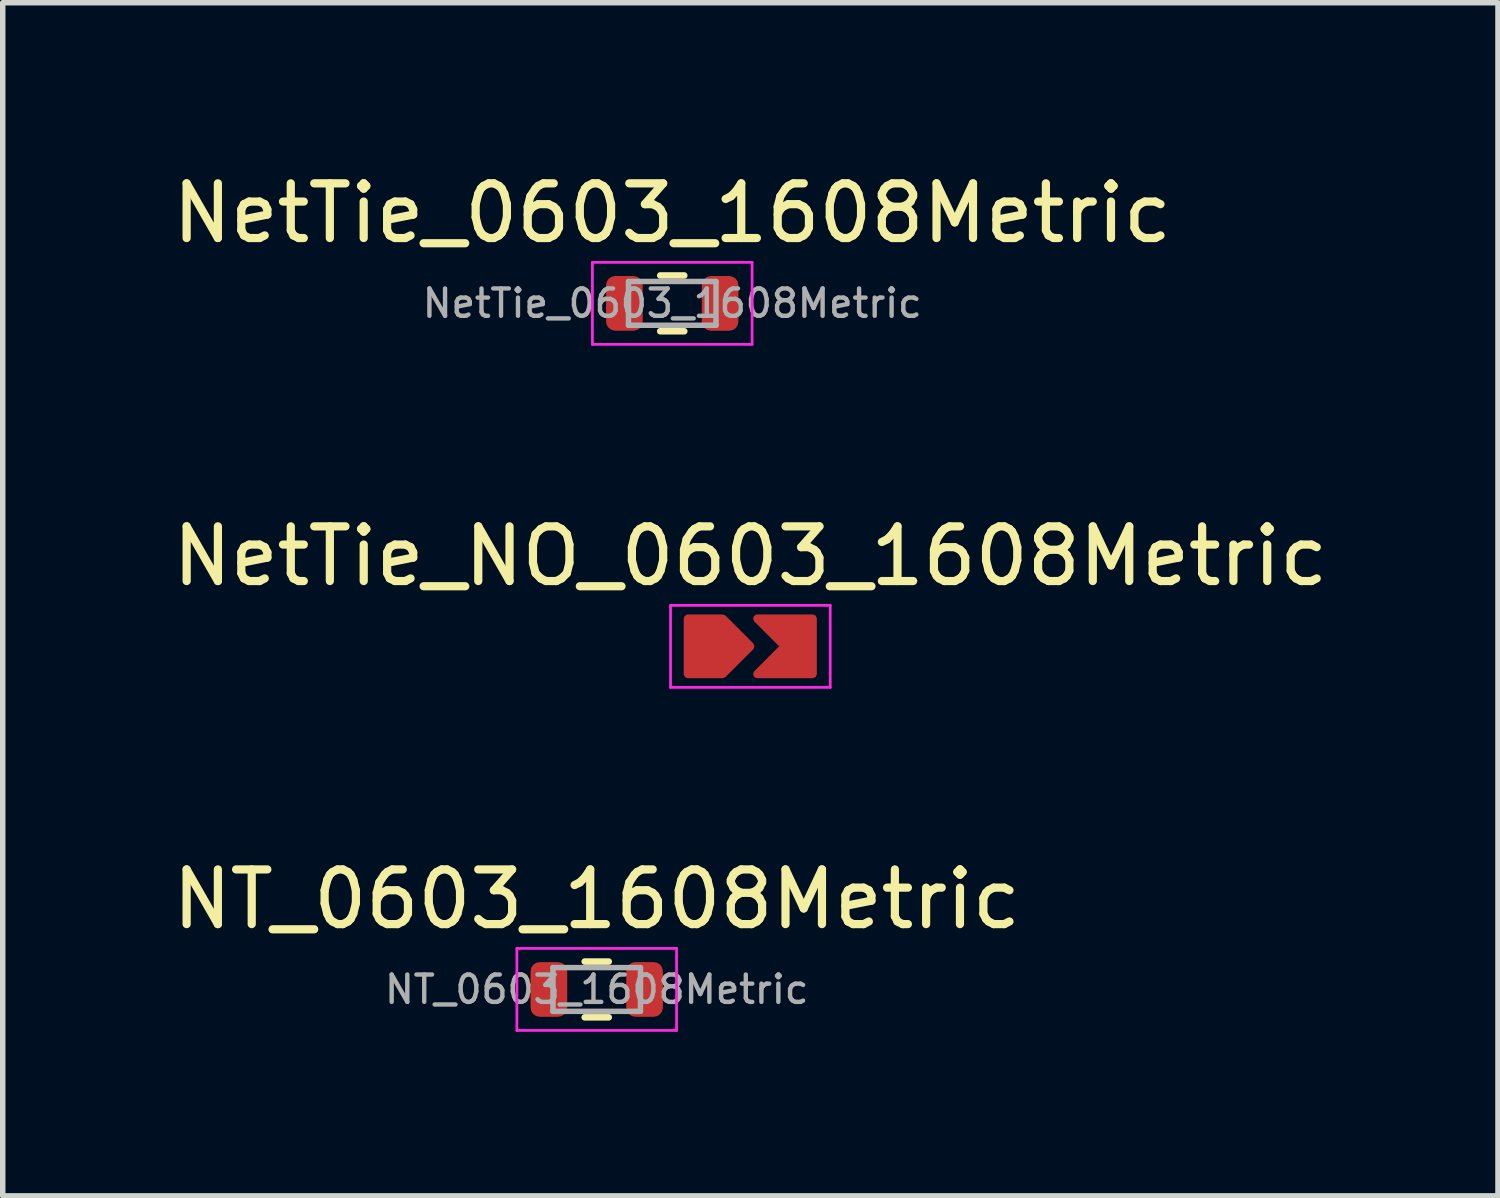
<source format=kicad_pcb>
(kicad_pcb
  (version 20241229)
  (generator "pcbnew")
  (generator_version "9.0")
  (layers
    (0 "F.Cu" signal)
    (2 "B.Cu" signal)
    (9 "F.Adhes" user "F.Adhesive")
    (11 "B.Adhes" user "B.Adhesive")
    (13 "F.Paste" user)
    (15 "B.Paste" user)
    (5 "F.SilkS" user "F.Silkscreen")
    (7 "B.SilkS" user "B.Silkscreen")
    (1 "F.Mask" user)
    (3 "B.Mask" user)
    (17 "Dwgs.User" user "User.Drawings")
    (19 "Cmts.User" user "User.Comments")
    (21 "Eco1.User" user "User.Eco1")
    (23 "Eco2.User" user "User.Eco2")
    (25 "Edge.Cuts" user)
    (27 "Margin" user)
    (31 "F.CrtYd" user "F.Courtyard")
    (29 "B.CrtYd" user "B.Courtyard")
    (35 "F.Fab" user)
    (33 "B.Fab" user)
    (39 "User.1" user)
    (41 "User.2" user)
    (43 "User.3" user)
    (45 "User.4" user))
  (footprint "NetTie_0603_1608Metric"
    (layer "F.Cu")
    (at 9.244 2.498)
    (property "Reference" "NetTie_0603_1608Metric" (at 0 -1.65 0) (layer "F.SilkS") (effects (font (size 1 1) (thickness 0.15))))
    (attr smd)
    (fp_line (start -0.22 -0.51) (end 0.22 -0.51) (stroke (width 0.12) (type solid)) (layer "F.SilkS"))
    (fp_line (start -0.22 0.51) (end 0.22 0.51) (stroke (width 0.12) (type solid)) (layer "F.SilkS"))
    (fp_line (start -1.46 -0.75) (end 1.46 -0.75) (stroke (width 0.05) (type solid)) (layer "F.CrtYd"))
    (fp_line (start -1.46 0.75) (end -1.46 -0.75) (stroke (width 0.05) (type solid)) (layer "F.CrtYd"))
    (fp_line (start 1.46 -0.75) (end 1.46 0.75) (stroke (width 0.05) (type solid)) (layer "F.CrtYd"))
    (fp_line (start 1.46 0.75) (end -1.46 0.75) (stroke (width 0.05) (type solid)) (layer "F.CrtYd"))
    (fp_line (start -0.8 -0.4) (end 0.8 -0.4) (stroke (width 0.1) (type solid)) (layer "F.Fab"))
    (fp_line (start -0.8 0.4) (end -0.8 -0.4) (stroke (width 0.1) (type solid)) (layer "F.Fab"))
    (fp_line (start 0.8 -0.4) (end 0.8 0.4) (stroke (width 0.1) (type solid)) (layer "F.Fab"))
    (fp_line (start 0.8 0.4) (end -0.8 0.4) (stroke (width 0.1) (type solid)) (layer "F.Fab"))
    (fp_text user "${REFERENCE}" (at 0 0 0) (layer "F.Fab") (effects (font (size 0.5 0.5) (thickness 0.08))))
    (pad "1" smd roundrect (at -0.875 0) (size 0.67 1) (layers "F.Cu" "F.Mask" "F.Paste") (roundrect_rratio 0.25))
    (pad "2" smd roundrect (at 0.875 0) (size 0.67 1) (layers "F.Cu" "F.Mask" "F.Paste") (roundrect_rratio 0.25)))
  (footprint "NT_0603_1608Metric"
    (layer "F.Cu")
    (at 7.863 15.045)
    (property "Reference" "NT_0603_1608Metric" (at 0 -1.65 0) (layer "F.SilkS") (effects (font (size 1 1) (thickness 0.15))))
    (attr smd)
    (fp_line (start -0.22 -0.51) (end 0.22 -0.51) (stroke (width 0.12) (type solid)) (layer "F.SilkS"))
    (fp_line (start -0.22 0.51) (end 0.22 0.51) (stroke (width 0.12) (type solid)) (layer "F.SilkS"))
    (fp_line (start -1.46 -0.75) (end 1.46 -0.75) (stroke (width 0.05) (type solid)) (layer "F.CrtYd"))
    (fp_line (start -1.46 0.75) (end -1.46 -0.75) (stroke (width 0.05) (type solid)) (layer "F.CrtYd"))
    (fp_line (start 1.46 -0.75) (end 1.46 0.75) (stroke (width 0.05) (type solid)) (layer "F.CrtYd"))
    (fp_line (start 1.46 0.75) (end -1.46 0.75) (stroke (width 0.05) (type solid)) (layer "F.CrtYd"))
    (fp_line (start -0.8 -0.4) (end 0.8 -0.4) (stroke (width 0.1) (type solid)) (layer "F.Fab"))
    (fp_line (start -0.8 0.4) (end -0.8 -0.4) (stroke (width 0.1) (type solid)) (layer "F.Fab"))
    (fp_line (start 0.8 -0.4) (end 0.8 0.4) (stroke (width 0.1) (type solid)) (layer "F.Fab"))
    (fp_line (start 0.8 0.4) (end -0.8 0.4) (stroke (width 0.1) (type solid)) (layer "F.Fab"))
    (fp_text user "${REFERENCE}" (at 0 0 0) (layer "F.Fab") (effects (font (size 0.5 0.5) (thickness 0.08))))
    (pad "1" smd roundrect (at -0.875 0) (size 0.67 1) (layers "F.Cu" "F.Mask" "F.Paste") (roundrect_rratio 0.25))
    (pad "2" smd roundrect (at 0.875 0) (size 0.67 1) (layers "F.Cu" "F.Mask" "F.Paste") (roundrect_rratio 0.25)))
  (footprint "NetTie_NO_0603_1608Metric"
    (layer "F.Cu")
    (at 10.673 8.771)
    (property "Reference" "NetTie_NO_0603_1608Metric" (at 0 -1.65 0) (layer "F.SilkS") (effects (font (size 1 1) (thickness 0.15))))
    (attr smd)
    (fp_line (start -1.46 -0.75) (end 1.46 -0.75) (stroke (width 0.05) (type solid)) (layer "F.CrtYd"))
    (fp_line (start -1.46 0.75) (end -1.46 -0.75) (stroke (width 0.05) (type solid)) (layer "F.CrtYd"))
    (fp_line (start 1.46 -0.75) (end 1.46 0.75) (stroke (width 0.05) (type solid)) (layer "F.CrtYd"))
    (fp_line (start 1.46 0.75) (end -1.46 0.75) (stroke (width 0.05) (type solid)) (layer "F.CrtYd"))
    (pad "1" smd custom (at -0.572 0.064) (size 0.2 0.2) (layers "F.Cu" "F.Mask" "F.Paste") (options (anchor circle)) (primitives (gr_poly (pts (xy -0.572 -0.573) (xy 0.064 -0.573) (xy 0.572 -0.065) (xy 0.064 0.443) (xy -0.572 0.443)) (width 0.15) (fill yes))))
    (pad "2" smd custom (at 0.826 0.064) (size 0.2 0.2) (layers "F.Cu" "F.Mask" "F.Paste") (options (anchor circle)) (primitives (gr_poly (pts (xy -0.702 -0.573) (xy -0.194 -0.065) (xy -0.702 0.443) (xy 0.314 0.443) (xy 0.314 -0.573)) (width 0.15) (fill yes)))))
  (gr_rect
    (start -3 -3)
    (end 24.345 18.82)
    (stroke (width 0.1) (type default))
    (fill no)
    (layer "Edge.Cuts")))
</source>
